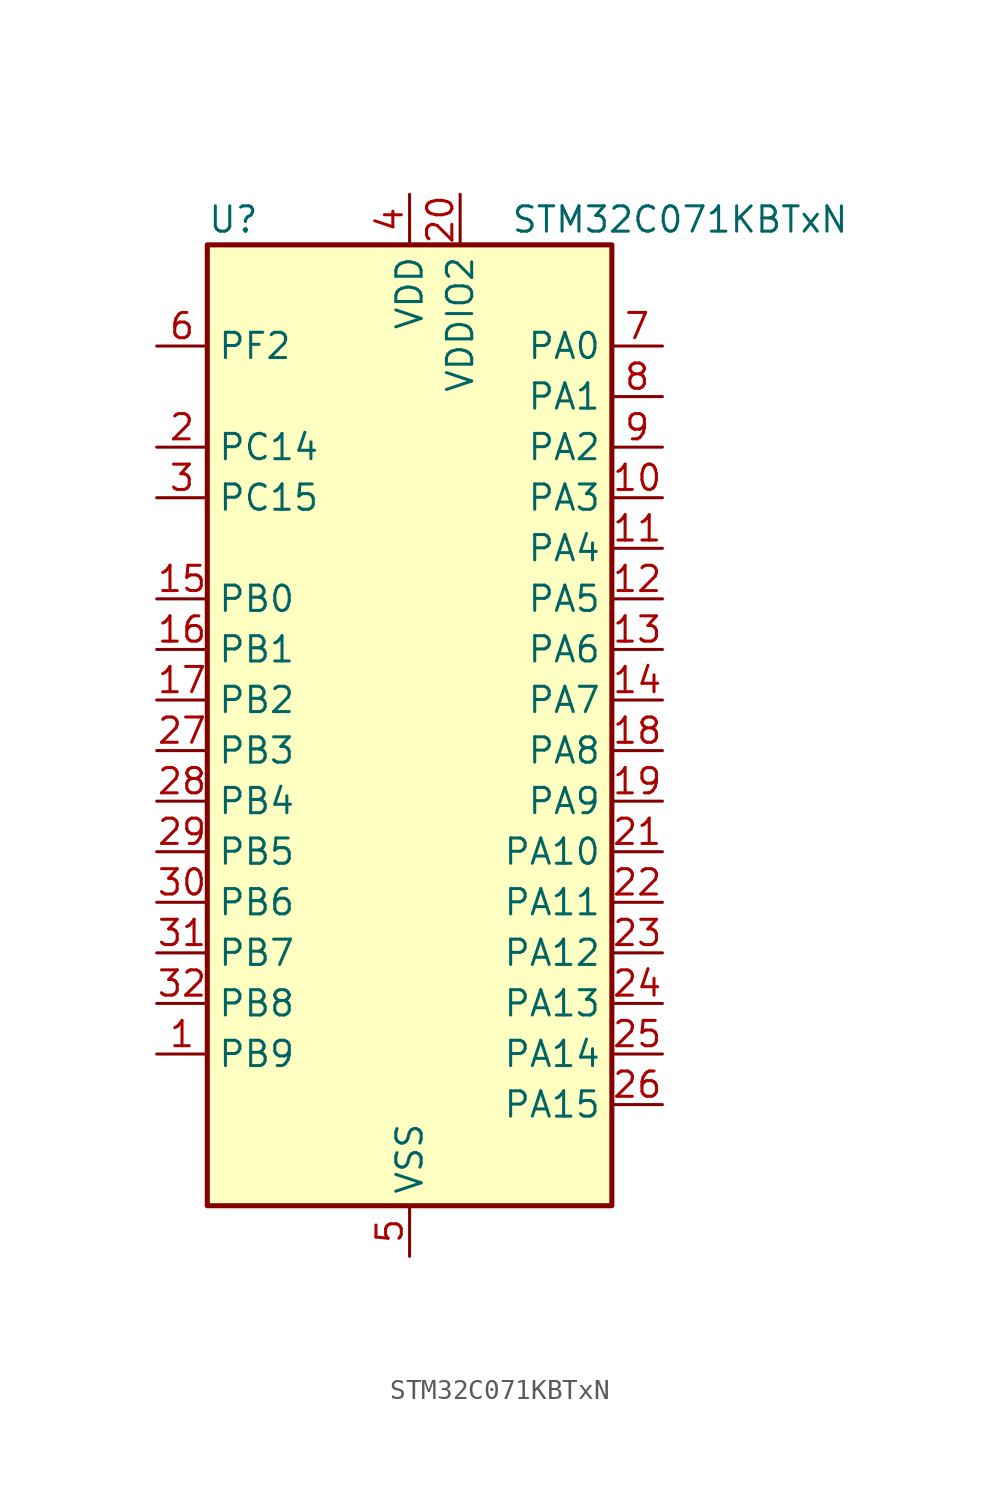
<source format=kicad_sym>
(kicad_symbol_lib
  (version 20241209)
  (generator "kicad_symbol_editor")
  (generator_version "9.0")
  (symbol "STM32C071KBTxN"
    (property "Reference" "U"
      (at -10.16 26.67 0)
      (effects (font (size 1.27 1.27)) (justify left)))
    (property "Value" "STM32C071KBTxN"
      (at 5.08 26.67 0)
      (effects (font (size 1.27 1.27)) (justify left)))
    (symbol "STM32C071KBTxN_0_1"
      (rectangle (start -10.16 -22.86) (end 10.16 25.4) (stroke (width 0.254) (type default)) (fill (type background))))
    (symbol "STM32C071KBTxN_1_1"
      (pin bidirectional line (at -12.7 20.32 0) (length 2.54) (name "PF2" (effects (font (size 1.27 1.27)))) (number "6" (effects (font (size 1.27 1.27)))) (alternate "RCC_MCO" bidirectional line) (alternate "TIM1_CH4" bidirectional line))
      (pin bidirectional line (at -12.7 15.24 0) (length 2.54) (name "PC14" (effects (font (size 1.27 1.27)))) (number "2" (effects (font (size 1.27 1.27)))) (alternate "I2C1_SDA" bidirectional line) (alternate "IR_OUT" bidirectional line) (alternate "RCC_OSCX_IN" bidirectional line) (alternate "SPI2_NSS" bidirectional line) (alternate "TIM17_CH1" bidirectional line) (alternate "TIM1_BKIN2" bidirectional line) (alternate "TIM1_ETR" bidirectional line) (alternate "TIM3_CH2" bidirectional line) (alternate "USART1_TX" bidirectional line) (alternate "USART2_CK" bidirectional line) (alternate "USART2_DE" bidirectional line) (alternate "USART2_RTS" bidirectional line))
      (pin bidirectional line (at -12.7 12.7 0) (length 2.54) (name "PC15" (effects (font (size 1.27 1.27)))) (number "3" (effects (font (size 1.27 1.27)))) (alternate "RCC_OSC32_EN" bidirectional line) (alternate "RCC_OSCX_OUT" bidirectional line) (alternate "RCC_OSC_EN" bidirectional line) (alternate "TIM1_ETR" bidirectional line) (alternate "TIM3_CH3" bidirectional line))
      (pin bidirectional line (at -12.7 7.62 0) (length 2.54) (name "PB0" (effects (font (size 1.27 1.27)))) (number "15" (effects (font (size 1.27 1.27)))) (alternate "ADC1_IN17" bidirectional line) (alternate "I2S1_WS" bidirectional line) (alternate "SPI1_NSS" bidirectional line) (alternate "TIM1_CH2N" bidirectional line) (alternate "TIM3_CH3" bidirectional line))
      (pin bidirectional line (at -12.7 5.08 0) (length 2.54) (name "PB1" (effects (font (size 1.27 1.27)))) (number "16" (effects (font (size 1.27 1.27)))) (alternate "ADC1_IN18" bidirectional line) (alternate "TIM14_CH1" bidirectional line) (alternate "TIM1_CH2N" bidirectional line) (alternate "TIM1_CH3N" bidirectional line) (alternate "TIM3_CH4" bidirectional line))
      (pin bidirectional line (at -12.7 2.54 0) (length 2.54) (name "PB2" (effects (font (size 1.27 1.27)))) (number "17" (effects (font (size 1.27 1.27)))) (alternate "ADC1_IN19" bidirectional line) (alternate "RCC_MCO2" bidirectional line) (alternate "SPI2_MISO" bidirectional line) (alternate "USART1_RX" bidirectional line))
      (pin bidirectional line (at -12.7 0 0) (length 2.54) (name "PB3" (effects (font (size 1.27 1.27)))) (number "27" (effects (font (size 1.27 1.27)))) (alternate "I2C2_SCL" bidirectional line) (alternate "I2S1_CK" bidirectional line) (alternate "SPI1_SCK" bidirectional line) (alternate "TIM1_CH2" bidirectional line) (alternate "TIM2_CH2" bidirectional line) (alternate "TIM3_CH2" bidirectional line) (alternate "USART1_CK" bidirectional line) (alternate "USART1_DE" bidirectional line) (alternate "USART1_RTS" bidirectional line))
      (pin bidirectional line (at -12.7 -2.54 0) (length 2.54) (name "PB4" (effects (font (size 1.27 1.27)))) (number "28" (effects (font (size 1.27 1.27)))) (alternate "I2C2_SDA" bidirectional line) (alternate "I2S1_MCK" bidirectional line) (alternate "SPI1_MISO" bidirectional line) (alternate "TIM17_BKIN" bidirectional line) (alternate "TIM3_CH1" bidirectional line) (alternate "USART1_CTS" bidirectional line) (alternate "USART1_NSS" bidirectional line))
      (pin bidirectional line (at -12.7 -5.08 0) (length 2.54) (name "PB5" (effects (font (size 1.27 1.27)))) (number "29" (effects (font (size 1.27 1.27)))) (alternate "I2C1_SMBA" bidirectional line) (alternate "I2S1_SD" bidirectional line) (alternate "PWR_WKUP6" bidirectional line) (alternate "SPI1_MOSI" bidirectional line) (alternate "TIM16_BKIN" bidirectional line) (alternate "TIM3_CH2" bidirectional line) (alternate "TIM3_CH3" bidirectional line))
      (pin bidirectional line (at -12.7 -7.62 0) (length 2.54) (name "PB6" (effects (font (size 1.27 1.27)))) (number "30" (effects (font (size 1.27 1.27)))) (alternate "I2C1_SCL" bidirectional line) (alternate "I2C1_SMBA" bidirectional line) (alternate "I2S1_CK" bidirectional line) (alternate "I2S1_MCK" bidirectional line) (alternate "I2S1_SD" bidirectional line) (alternate "PWR_WKUP3" bidirectional line) (alternate "SPI1_MISO" bidirectional line) (alternate "SPI1_MOSI" bidirectional line) (alternate "SPI1_SCK" bidirectional line) (alternate "SPI2_MISO" bidirectional line) (alternate "TIM16_BKIN" bidirectional line) (alternate "TIM16_CH1N" bidirectional line) (alternate "TIM17_BKIN" bidirectional line) (alternate "TIM1_CH2" bidirectional line) (alternate "TIM1_CH3" bidirectional line) (alternate "TIM3_CH1" bidirectional line) (alternate "TIM3_CH2" bidirectional line) (alternate "TIM3_CH3" bidirectional line) (alternate "USART1_CTS" bidirectional line) (alternate "USART1_NSS" bidirectional line) (alternate "USART1_TX" bidirectional line))
      (pin bidirectional line (at -12.7 -10.16 0) (length 2.54) (name "PB7" (effects (font (size 1.27 1.27)))) (number "31" (effects (font (size 1.27 1.27)))) (alternate "I2C1_SCL" bidirectional line) (alternate "I2C1_SDA" bidirectional line) (alternate "RTC_REFIN" bidirectional line) (alternate "SPI2_MOSI" bidirectional line) (alternate "TIM16_CH1" bidirectional line) (alternate "TIM17_CH1N" bidirectional line) (alternate "TIM1_CH4" bidirectional line) (alternate "TIM3_CH1" bidirectional line) (alternate "TIM3_CH4" bidirectional line) (alternate "USART1_RX" bidirectional line) (alternate "USART2_CTS" bidirectional line) (alternate "USART2_NSS" bidirectional line))
      (pin bidirectional line (at -12.7 -12.7 0) (length 2.54) (name "PB8" (effects (font (size 1.27 1.27)))) (number "32" (effects (font (size 1.27 1.27)))) (alternate "I2C1_SCL" bidirectional line) (alternate "SPI2_SCK" bidirectional line) (alternate "TIM16_CH1" bidirectional line) (alternate "TIM3_CH1" bidirectional line) (alternate "USART2_CTS" bidirectional line) (alternate "USART2_NSS" bidirectional line))
      (pin bidirectional line (at -12.7 -15.24 0) (length 2.54) (name "PB9" (effects (font (size 1.27 1.27)))) (number "1" (effects (font (size 1.27 1.27)))) (alternate "I2C1_SDA" bidirectional line) (alternate "IR_OUT" bidirectional line) (alternate "SPI2_NSS" bidirectional line) (alternate "TIM17_CH1" bidirectional line) (alternate "TIM3_CH2" bidirectional line) (alternate "USART2_CK" bidirectional line) (alternate "USART2_DE" bidirectional line) (alternate "USART2_RTS" bidirectional line))
      (pin power_in line (at 0 27.94 270) (length 2.54) (name "VDD" (effects (font (size 1.27 1.27)))) (number "4" (effects (font (size 1.27 1.27)))))
      (pin power_in line (at 0 -25.4 90) (length 2.54) (name "VSS" (effects (font (size 1.27 1.27)))) (number "5" (effects (font (size 1.27 1.27)))))
      (pin power_in line (at 2.54 27.94 270) (length 2.54) (name "VDDIO2" (effects (font (size 1.27 1.27)))) (number "20" (effects (font (size 1.27 1.27)))))
      (pin bidirectional line (at 12.7 20.32 180) (length 2.54) (name "PA0" (effects (font (size 1.27 1.27)))) (number "7" (effects (font (size 1.27 1.27)))) (alternate "ADC1_IN0" bidirectional line) (alternate "PWR_WKUP1" bidirectional line) (alternate "SPI2_SCK" bidirectional line) (alternate "TIM16_CH1" bidirectional line) (alternate "TIM1_CH1" bidirectional line) (alternate "TIM2_CH1" bidirectional line) (alternate "TIM2_ETR" bidirectional line) (alternate "USART1_TX" bidirectional line) (alternate "USART2_CTS" bidirectional line) (alternate "USART2_NSS" bidirectional line))
      (pin bidirectional line (at 12.7 17.78 180) (length 2.54) (name "PA1" (effects (font (size 1.27 1.27)))) (number "8" (effects (font (size 1.27 1.27)))) (alternate "ADC1_IN1" bidirectional line) (alternate "I2C1_SMBA" bidirectional line) (alternate "I2S1_CK" bidirectional line) (alternate "SPI1_SCK" bidirectional line) (alternate "TIM17_CH1" bidirectional line) (alternate "TIM1_CH2" bidirectional line) (alternate "TIM2_CH2" bidirectional line) (alternate "USART1_RX" bidirectional line) (alternate "USART2_CK" bidirectional line) (alternate "USART2_DE" bidirectional line) (alternate "USART2_RTS" bidirectional line))
      (pin bidirectional line (at 12.7 15.24 180) (length 2.54) (name "PA2" (effects (font (size 1.27 1.27)))) (number "9" (effects (font (size 1.27 1.27)))) (alternate "ADC1_IN2" bidirectional line) (alternate "I2S1_SD" bidirectional line) (alternate "PWR_WKUP4" bidirectional line) (alternate "RCC_LSCO" bidirectional line) (alternate "SPI1_MOSI" bidirectional line) (alternate "TIM16_CH1N" bidirectional line) (alternate "TIM1_CH3" bidirectional line) (alternate "TIM2_CH3" bidirectional line) (alternate "TIM3_ETR" bidirectional line) (alternate "USART2_TX" bidirectional line))
      (pin bidirectional line (at 12.7 12.7 180) (length 2.54) (name "PA3" (effects (font (size 1.27 1.27)))) (number "10" (effects (font (size 1.27 1.27)))) (alternate "ADC1_IN3" bidirectional line) (alternate "SPI2_MISO" bidirectional line) (alternate "TIM1_CH1N" bidirectional line) (alternate "TIM1_CH4" bidirectional line) (alternate "TIM2_CH4" bidirectional line) (alternate "USART2_RX" bidirectional line))
      (pin bidirectional line (at 12.7 10.16 180) (length 2.54) (name "PA4" (effects (font (size 1.27 1.27)))) (number "11" (effects (font (size 1.27 1.27)))) (alternate "ADC1_IN4" bidirectional line) (alternate "I2S1_WS" bidirectional line) (alternate "PWR_WKUP2" bidirectional line) (alternate "RTC_OUT1" bidirectional line) (alternate "RTC_TS" bidirectional line) (alternate "SPI1_NSS" bidirectional line) (alternate "SPI2_MOSI" bidirectional line) (alternate "TIM14_CH1" bidirectional line) (alternate "TIM17_CH1N" bidirectional line) (alternate "TIM1_CH2N" bidirectional line) (alternate "USART2_TX" bidirectional line) (alternate "USB_NOE" bidirectional line))
      (pin bidirectional line (at 12.7 7.62 180) (length 2.54) (name "PA5" (effects (font (size 1.27 1.27)))) (number "12" (effects (font (size 1.27 1.27)))) (alternate "ADC1_IN5" bidirectional line) (alternate "I2S1_CK" bidirectional line) (alternate "SPI1_SCK" bidirectional line) (alternate "TIM1_CH1" bidirectional line) (alternate "TIM1_CH3N" bidirectional line) (alternate "TIM2_CH1" bidirectional line) (alternate "TIM2_ETR" bidirectional line) (alternate "USART2_RX" bidirectional line))
      (pin bidirectional line (at 12.7 5.08 180) (length 2.54) (name "PA6" (effects (font (size 1.27 1.27)))) (number "13" (effects (font (size 1.27 1.27)))) (alternate "ADC1_IN6" bidirectional line) (alternate "I2C2_SDA" bidirectional line) (alternate "I2S1_MCK" bidirectional line) (alternate "SPI1_MISO" bidirectional line) (alternate "TIM16_CH1" bidirectional line) (alternate "TIM1_BKIN" bidirectional line) (alternate "TIM3_CH1" bidirectional line))
      (pin bidirectional line (at 12.7 2.54 180) (length 2.54) (name "PA7" (effects (font (size 1.27 1.27)))) (number "14" (effects (font (size 1.27 1.27)))) (alternate "ADC1_IN7" bidirectional line) (alternate "I2C2_SCL" bidirectional line) (alternate "I2S1_SD" bidirectional line) (alternate "SPI1_MOSI" bidirectional line) (alternate "TIM14_CH1" bidirectional line) (alternate "TIM17_CH1" bidirectional line) (alternate "TIM1_CH1N" bidirectional line) (alternate "TIM3_CH2" bidirectional line))
      (pin bidirectional line (at 12.7 0 180) (length 2.54) (name "PA8" (effects (font (size 1.27 1.27)))) (number "18" (effects (font (size 1.27 1.27)))) (alternate "ADC1_IN8" bidirectional line) (alternate "CRS_SYNC" bidirectional line) (alternate "I2S1_WS" bidirectional line) (alternate "RCC_MCO" bidirectional line) (alternate "RCC_MCO2" bidirectional line) (alternate "SPI1_NSS" bidirectional line) (alternate "SPI2_MISO" bidirectional line) (alternate "SPI2_NSS" bidirectional line) (alternate "TIM14_CH1" bidirectional line) (alternate "TIM1_CH1" bidirectional line) (alternate "TIM1_CH2N" bidirectional line) (alternate "TIM1_CH3N" bidirectional line) (alternate "TIM3_CH3" bidirectional line) (alternate "TIM3_CH4" bidirectional line) (alternate "USART1_RX" bidirectional line) (alternate "USART2_TX" bidirectional line))
      (pin bidirectional line (at 12.7 -2.54 180) (length 2.54) (name "PA9" (effects (font (size 1.27 1.27)))) (number "19" (effects (font (size 1.27 1.27)))) (alternate "I2C1_SCL" bidirectional line) (alternate "I2C2_SCL" bidirectional line) (alternate "RCC_MCO" bidirectional line) (alternate "SPI2_MISO" bidirectional line) (alternate "TIM1_CH2" bidirectional line) (alternate "TIM3_ETR" bidirectional line) (alternate "USART1_TX" bidirectional line))
      (pin bidirectional line (at 12.7 -5.08 180) (length 2.54) (name "PA10" (effects (font (size 1.27 1.27)))) (number "21" (effects (font (size 1.27 1.27)))) (alternate "I2C1_SDA" bidirectional line) (alternate "I2C2_SDA" bidirectional line) (alternate "RCC_MCO2" bidirectional line) (alternate "SPI2_MOSI" bidirectional line) (alternate "TIM17_BKIN" bidirectional line) (alternate "TIM1_CH3" bidirectional line) (alternate "USART1_RX" bidirectional line))
      (pin bidirectional line (at 12.7 -7.62 180) (length 2.54) (name "PA11" (effects (font (size 1.27 1.27)))) (number "22" (effects (font (size 1.27 1.27)))) (alternate "ADC1_EXTI11" bidirectional line) (alternate "I2C2_SCL" bidirectional line) (alternate "I2S1_MCK" bidirectional line) (alternate "SPI1_MISO" bidirectional line) (alternate "TIM1_BKIN2" bidirectional line) (alternate "TIM1_CH4" bidirectional line) (alternate "USART1_CTS" bidirectional line) (alternate "USART1_NSS" bidirectional line) (alternate "USB_DM" bidirectional line))
      (pin bidirectional line (at 12.7 -10.16 180) (length 2.54) (name "PA12" (effects (font (size 1.27 1.27)))) (number "23" (effects (font (size 1.27 1.27)))) (alternate "I2C2_SDA" bidirectional line) (alternate "I2S1_SD" bidirectional line) (alternate "I2S_CKIN" bidirectional line) (alternate "SPI1_MOSI" bidirectional line) (alternate "TIM1_ETR" bidirectional line) (alternate "USART1_CK" bidirectional line) (alternate "USART1_DE" bidirectional line) (alternate "USART1_RTS" bidirectional line) (alternate "USB_DP" bidirectional line))
      (pin bidirectional line (at 12.7 -12.7 180) (length 2.54) (name "PA13" (effects (font (size 1.27 1.27)))) (number "24" (effects (font (size 1.27 1.27)))) (alternate "ADC1_IN13" bidirectional line) (alternate "DEBUG_SWDIO" bidirectional line) (alternate "IR_OUT" bidirectional line) (alternate "TIM3_ETR" bidirectional line) (alternate "USART2_RX" bidirectional line) (alternate "USB_NOE" bidirectional line))
      (pin bidirectional line (at 12.7 -15.24 180) (length 2.54) (name "PA14" (effects (font (size 1.27 1.27)))) (number "25" (effects (font (size 1.27 1.27)))) (alternate "ADC1_IN14" bidirectional line) (alternate "DEBUG_SWCLK" bidirectional line) (alternate "I2S1_WS" bidirectional line) (alternate "RCC_MCO2" bidirectional line) (alternate "SPI1_NSS" bidirectional line) (alternate "TIM1_CH1" bidirectional line) (alternate "USART1_CK" bidirectional line) (alternate "USART1_DE" bidirectional line) (alternate "USART1_RTS" bidirectional line) (alternate "USART2_RX" bidirectional line) (alternate "USART2_TX" bidirectional line))
      (pin bidirectional line (at 12.7 -17.78 180) (length 2.54) (name "PA15" (effects (font (size 1.27 1.27)))) (number "26" (effects (font (size 1.27 1.27)))) (alternate "I2S1_WS" bidirectional line) (alternate "RCC_MCO2" bidirectional line) (alternate "SPI1_NSS" bidirectional line) (alternate "TIM1_CH1" bidirectional line) (alternate "TIM2_CH1" bidirectional line) (alternate "TIM2_ETR" bidirectional line) (alternate "USART1_CK" bidirectional line) (alternate "USART1_DE" bidirectional line) (alternate "USART1_RTS" bidirectional line) (alternate "USART2_RX" bidirectional line) (alternate "USB_NOE" bidirectional line)))))
</source>
